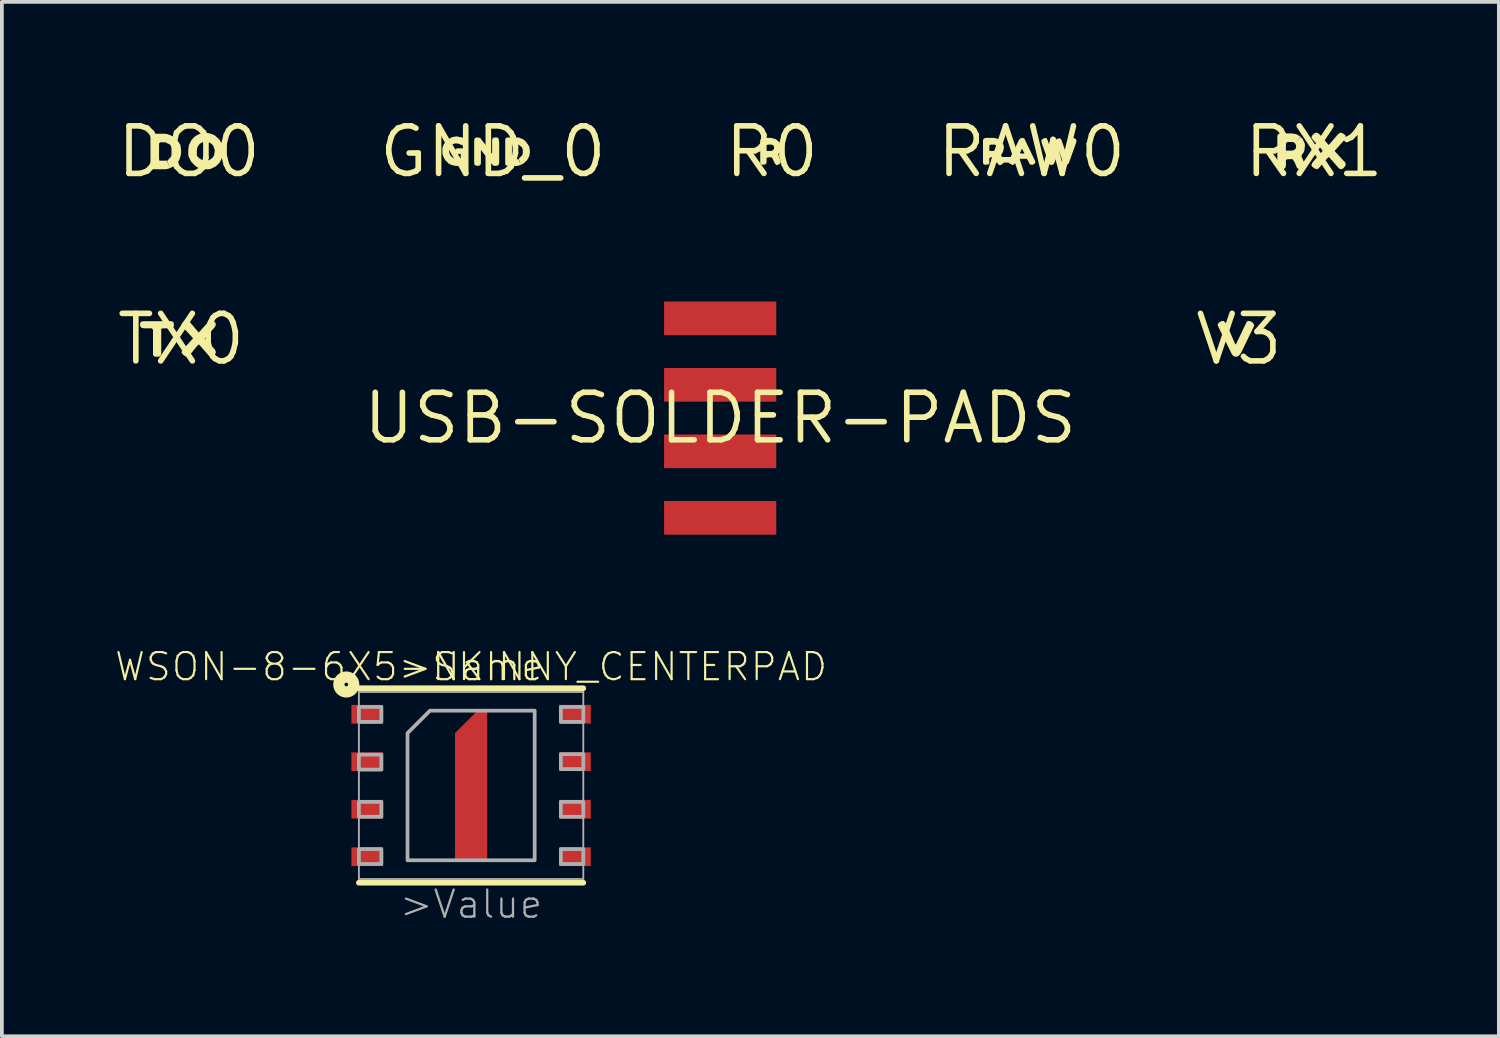
<source format=kicad_pcb>
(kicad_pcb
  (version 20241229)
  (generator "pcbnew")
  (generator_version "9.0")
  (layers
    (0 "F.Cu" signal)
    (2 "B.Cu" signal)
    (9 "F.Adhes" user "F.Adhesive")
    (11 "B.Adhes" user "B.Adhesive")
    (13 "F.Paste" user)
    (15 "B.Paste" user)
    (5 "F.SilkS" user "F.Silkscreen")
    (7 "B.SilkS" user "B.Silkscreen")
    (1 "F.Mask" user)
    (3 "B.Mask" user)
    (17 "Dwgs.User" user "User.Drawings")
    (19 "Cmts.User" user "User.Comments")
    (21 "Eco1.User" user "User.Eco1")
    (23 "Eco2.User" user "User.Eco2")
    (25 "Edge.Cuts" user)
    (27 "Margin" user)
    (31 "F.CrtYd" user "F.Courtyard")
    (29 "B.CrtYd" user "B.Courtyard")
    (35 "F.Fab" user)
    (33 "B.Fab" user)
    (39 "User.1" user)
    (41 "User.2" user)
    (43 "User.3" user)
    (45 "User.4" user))
  (footprint "USB-SOLDER-PADS"
    (layer "F.Cu")
    (at 16.206 8.129)
    (property "Reference" "USB-SOLDER-PADS" (at 0 0 0) (layer "F.SilkS") (effects (font (size 1.27 1.27) (thickness 0.15))))
    (attr through_hole)
    (pad "D+" smd rect (at 0 0.889) (size 3 0.9) (layers "F.Cu" "F.Mask"))
    (pad "D-" smd rect (at 0 -0.889) (size 3 0.9) (layers "F.Cu" "F.Mask"))
    (pad "GND" smd rect (at 0 2.667) (size 3 0.9) (layers "F.Cu" "F.Mask"))
    (pad "VBUS" smd rect (at 0 -2.667) (size 3 0.9) (layers "F.Cu" "F.Mask")))
  (footprint "RAW0"
    (layer "F.Cu")
    (at 24.533 1.006)
    (property "Reference" "RAW0" (at 0 0 0) (layer "F.SilkS") (effects (font (size 1.27 1.27) (thickness 0.15))))
    (attr through_hole)
    (fp_poly (pts (xy -0.19 -0.35) (xy -0.24 -0.37) (xy -0.29 -0.36) (xy -0.33 -0.33) (xy -0.35 -0.29) (xy -0.6 0.22) (xy -0.61 0.27) (xy -0.6 0.31) (xy -0.54 0.34) (xy -0.5 0.36) (xy -0.46 0.33) (xy -0.39 0.19) (xy -0.13 0.19) (xy -0.19 0.05) (xy -0.29 0.05) (xy -0.31 0.03) (xy -0.26 -0.07) (xy -0.26 -0.09) (xy -0.19 0.05) (xy -0.13 0.19) (xy -0.1 0.23) (xy -0.06 0.32) (xy -0.02 0.35) (xy 0.03 0.35) (xy 0.08 0.32) (xy 0.1 0.28) (xy 0.09 0.24) (xy -0.18 -0.32)) (stroke (width 0) (type solid)) (fill yes) (layer "F.SilkS"))
    (fp_poly (pts (xy 1.14 -0.36) (xy 1.09 -0.37) (xy 1.04 -0.34) (xy 0.93 0) (xy 0.91 0.01) (xy 0.81 -0.28) (xy 0.79 -0.33) (xy 0.75 -0.36) (xy 0.7 -0.35) (xy 0.66 -0.33) (xy 0.64 -0.28) (xy 0.54 0.01) (xy 0.53 -0.01) (xy 0.43 -0.3) (xy 0.41 -0.35) (xy 0.37 -0.37) (xy 0.31 -0.35) (xy 0.27 -0.32) (xy 0.26 -0.29) (xy 0.27 -0.23) (xy 0.46 0.3) (xy 0.48 0.34) (xy 0.53 0.36) (xy 0.58 0.34) (xy 0.61 0.3) (xy 0.67 0.13) (xy 0.73 -0.03) (xy 0.83 0.26) (xy 0.84 0.31) (xy 0.88 0.35) (xy 0.93 0.35) (xy 0.98 0.33) (xy 1 0.29) (xy 1.19 -0.24) (xy 1.2 -0.29) (xy 1.19 -0.33)) (stroke (width 0) (type solid)) (fill yes) (layer "F.SilkS"))
    (fp_poly (pts (xy -0.77 0.2) (xy -0.81 0.1) (xy -0.81 0.07) (xy -0.78 0.03) (xy -0.76 -0.02) (xy -0.75 -0.06) (xy -0.74 -0.12) (xy -0.75 -0.17) (xy -0.77 -0.22) (xy -0.8 -0.26) (xy -0.83 -0.3) (xy -0.95 -0.17) (xy -0.92 -0.13) (xy -0.92 -0.08) (xy -0.95 -0.04) (xy -1 -0.02) (xy -1.1 -0.02) (xy -1.13 -0.02) (xy -1.13 -0.17) (xy -1.09 -0.19) (xy -1.04 -0.19) (xy -0.99 -0.19) (xy -0.95 -0.17) (xy -0.83 -0.3) (xy -0.88 -0.33) (xy -0.92 -0.35) (xy -0.97 -0.36) (xy -1.02 -0.37) (xy -1.23 -0.37) (xy -1.28 -0.35) (xy -1.3 -0.31) (xy -1.3 -0.26) (xy -1.3 0.25) (xy -1.3 0.3) (xy -1.28 0.34) (xy -1.23 0.35) (xy -1.16 0.34) (xy -1.13 0.32) (xy -1.13 0.27) (xy -1.13 0.17) (xy -1.09 0.15) (xy -0.99 0.15) (xy -0.95 0.21) (xy -0.9 0.33) (xy -0.86 0.36) (xy -0.81 0.35) (xy -0.76 0.31) (xy -0.74 0.28) (xy -0.75 0.23)) (stroke (width 0) (type solid)) (fill yes) (layer "F.SilkS")))
  (footprint "RX1"
    (layer "F.Cu")
    (at 32.083 1.006)
    (property "Reference" "RX1" (at 0 0 0) (layer "F.SilkS") (effects (font (size 1.27 1.27) (thickness 0.15))))
    (attr through_hole)
    (fp_poly (pts (xy 0.55 -0.02) (xy 0.82 -0.32) (xy 0.85 -0.38) (xy 0.84 -0.44) (xy 0.77 -0.49) (xy 0.72 -0.51) (xy 0.67 -0.49) (xy 0.61 -0.43) (xy 0.44 -0.23) (xy 0.39 -0.18) (xy 0.17 -0.44) (xy 0.12 -0.49) (xy 0.06 -0.51) (xy 0.01 -0.49) (xy -0.05 -0.43) (xy -0.07 -0.38) (xy -0.03 -0.32) (xy 0.2 -0.07) (xy 0.23 -0.02) (xy 0.01 0.23) (xy -0.04 0.29) (xy -0.07 0.35) (xy -0.05 0.4) (xy 0.02 0.45) (xy 0.07 0.47) (xy 0.12 0.45) (xy 0.17 0.39) (xy 0.35 0.18) (xy 0.4 0.14) (xy 0.67 0.45) (xy 0.72 0.47) (xy 0.78 0.45) (xy 0.83 0.39) (xy 0.85 0.34) (xy 0.83 0.28) (xy 0.78 0.23)) (stroke (width 0) (type solid)) (fill yes) (layer "F.SilkS"))
    (fp_poly (pts (xy -0.27 0.27) (xy -0.33 0.14) (xy -0.33 0.09) (xy -0.29 0.04) (xy -0.26 -0.02) (xy -0.25 -0.09) (xy -0.24 -0.16) (xy -0.25 -0.23) (xy -0.28 -0.29) (xy -0.31 -0.35) (xy -0.36 -0.39) (xy -0.51 -0.23) (xy -0.48 -0.17) (xy -0.48 -0.1) (xy -0.52 -0.05) (xy -0.58 -0.03) (xy -0.72 -0.03) (xy -0.75 -0.03) (xy -0.75 -0.23) (xy -0.71 -0.26) (xy -0.64 -0.26) (xy -0.57 -0.26) (xy -0.51 -0.23) (xy -0.36 -0.4) (xy -0.42 -0.44) (xy -0.48 -0.47) (xy -0.54 -0.48) (xy -0.61 -0.49) (xy -0.89 -0.49) (xy -0.96 -0.47) (xy -0.98 -0.42) (xy -0.98 -0.35) (xy -0.98 0.33) (xy -0.98 0.4) (xy -0.96 0.45) (xy -0.89 0.47) (xy -0.8 0.46) (xy -0.76 0.42) (xy -0.75 0.36) (xy -0.75 0.22) (xy -0.7 0.2) (xy -0.57 0.2) (xy -0.52 0.28) (xy -0.45 0.44) (xy -0.39 0.47) (xy -0.33 0.46) (xy -0.26 0.42) (xy -0.24 0.37) (xy -0.26 0.3)) (stroke (width 0) (type solid)) (fill yes) (layer "F.SilkS")))
  (footprint "DO0"
    (layer "F.Cu")
    (at 2.003 1.006)
    (property "Reference" "DO0" (at 0 0 0) (layer "F.SilkS") (effects (font (size 1.27 1.27) (thickness 0.15))))
    (attr through_hole)
    (fp_poly (pts (xy -0.97 -0.48) (xy -1.02 -0.45) (xy -1.03 -0.39) (xy -1.03 0.36) (xy -1.02 0.43) (xy -0.99 0.46) (xy -0.91 0.47) (xy -0.71 0.47) (xy -0.64 0.47) (xy -0.57 0.46) (xy -0.51 0.44) (xy -0.59 0.24) (xy -0.79 0.24) (xy -0.8 0.19) (xy -0.8 -0.22) (xy -0.77 -0.25) (xy -0.7 -0.25) (xy -0.63 -0.25) (xy -0.57 -0.22) (xy -0.51 -0.19) (xy -0.47 -0.13) (xy -0.45 -0.07) (xy -0.44 0) (xy -0.45 0.06) (xy -0.47 0.12) (xy -0.52 0.18) (xy -0.56 0.22) (xy -0.58 0.24) (xy -0.51 0.44) (xy -0.45 0.41) (xy -0.39 0.38) (xy -0.34 0.33) (xy -0.3 0.28) (xy -0.26 0.22) (xy -0.24 0.16) (xy -0.22 0.1) (xy -0.21 0.03) (xy -0.21 -0.04) (xy -0.22 -0.11) (xy -0.23 -0.18) (xy -0.26 -0.23) (xy -0.3 -0.29) (xy -0.35 -0.34) (xy -0.4 -0.39) (xy -0.46 -0.42) (xy -0.52 -0.45) (xy -0.58 -0.47) (xy -0.65 -0.48) (xy -0.92 -0.48)) (stroke (width 0) (type solid)) (fill yes) (layer "F.SilkS"))
    (fp_poly (pts (xy 0.4 -0.5) (xy 0.33 -0.49) (xy 0.27 -0.47) (xy 0.21 -0.44) (xy 0.15 -0.4) (xy 0.1 -0.35) (xy 0.06 -0.3) (xy 0.03 -0.24) (xy 0 -0.18) (xy -0.01 -0.12) (xy -0.02 -0.05) (xy -0.02 0.02) (xy -0.02 0.09) (xy 0 0.15) (xy 0.03 0.21) (xy 0.21 0.1) (xy 0.21 -0.04) (xy 0.22 -0.1) (xy 0.25 -0.16) (xy 0.29 -0.21) (xy 0.35 -0.25) (xy 0.41 -0.27) (xy 0.48 -0.27) (xy 0.54 -0.25) (xy 0.6 -0.21) (xy 0.65 -0.16) (xy 0.67 -0.1) (xy 0.69 -0.04) (xy 0.68 0.04) (xy 0.67 0.1) (xy 0.63 0.16) (xy 0.58 0.2) (xy 0.52 0.23) (xy 0.45 0.24) (xy 0.39 0.24) (xy 0.33 0.21) (xy 0.27 0.17) (xy 0.22 0.12) (xy 0.21 0.1) (xy 0.03 0.21) (xy 0.06 0.27) (xy 0.11 0.32) (xy 0.16 0.37) (xy 0.21 0.41) (xy 0.27 0.44) (xy 0.33 0.46) (xy 0.4 0.47) (xy 0.47 0.47) (xy 0.54 0.47) (xy 0.6 0.45) (xy 0.66 0.42) (xy 0.72 0.39) (xy 0.77 0.34) (xy 0.82 0.29) (xy 0.85 0.23) (xy 0.88 0.17) (xy 0.9 0.11) (xy 0.91 0.04) (xy 0.92 -0.03) (xy 0.91 -0.1) (xy 0.9 -0.16) (xy 0.87 -0.22) (xy 0.84 -0.28) (xy 0.8 -0.34) (xy 0.75 -0.38) (xy 0.7 -0.43) (xy 0.64 -0.46) (xy 0.58 -0.48) (xy 0.51 -0.5) (xy 0.44 -0.5)) (stroke (width 0) (type solid)) (fill yes) (layer "F.SilkS")))
  (footprint "R0"
    (layer "F.Cu")
    (at 17.587 1.006)
    (property "Reference" "R0" (at 0 0 0) (layer "F.SilkS") (effects (font (size 1.27 1.27) (thickness 0.15))))
    (attr through_hole)
    (fp_poly (pts (xy 0.22 0.2) (xy 0.18 0.1) (xy 0.17 0.07) (xy 0.2 0.03) (xy 0.22 -0.02) (xy 0.24 -0.06) (xy 0.24 -0.12) (xy 0.23 -0.17) (xy 0.21 -0.22) (xy 0.19 -0.26) (xy 0.15 -0.3) (xy 0.04 -0.17) (xy 0.06 -0.13) (xy 0.06 -0.08) (xy 0.03 -0.04) (xy -0.01 -0.02) (xy -0.12 -0.02) (xy -0.14 -0.02) (xy -0.14 -0.17) (xy -0.11 -0.19) (xy -0.06 -0.19) (xy -0.01 -0.19) (xy 0.04 -0.17) (xy 0.15 -0.3) (xy 0.11 -0.33) (xy 0.06 -0.35) (xy 0.01 -0.36) (xy -0.03 -0.37) (xy -0.24 -0.37) (xy -0.29 -0.35) (xy -0.31 -0.31) (xy -0.31 -0.26) (xy -0.31 0.25) (xy -0.31 0.3) (xy -0.3 0.34) (xy -0.24 0.35) (xy -0.18 0.34) (xy -0.15 0.32) (xy -0.14 0.27) (xy -0.14 0.17) (xy -0.1 0.15) (xy 0 0.15) (xy 0.03 0.21) (xy 0.09 0.33) (xy 0.13 0.36) (xy 0.17 0.35) (xy 0.23 0.31) (xy 0.24 0.28) (xy 0.23 0.23)) (stroke (width 0) (type solid)) (fill yes) (layer "F.SilkS")))
  (footprint "TX0"
    (layer "F.Cu")
    (at 1.791 6.019)
    (property "Reference" "TX0" (at 0 0 0) (layer "F.SilkS") (effects (font (size 1.27 1.27) (thickness 0.15))))
    (attr through_hole)
    (fp_poly (pts (xy -1 -0.48) (xy -1.07 -0.47) (xy -1.1 -0.41) (xy -1.09 -0.34) (xy -1.05 -0.3) (xy -0.98 -0.29) (xy -0.78 -0.29) (xy -0.75 -0.25) (xy -0.75 0.37) (xy -0.75 0.43) (xy -0.7 0.47) (xy -0.62 0.47) (xy -0.56 0.46) (xy -0.53 0.4) (xy -0.53 0.33) (xy -0.53 -0.28) (xy -0.47 -0.29) (xy -0.26 -0.29) (xy -0.2 -0.32) (xy -0.19 -0.38) (xy -0.2 -0.45) (xy -0.25 -0.48) (xy -0.32 -0.48)) (stroke (width 0) (type solid)) (fill yes) (layer "F.SilkS"))
    (fp_poly (pts (xy 0.63 -0.02) (xy 0.9 -0.32) (xy 0.93 -0.38) (xy 0.92 -0.44) (xy 0.86 -0.49) (xy 0.8 -0.51) (xy 0.75 -0.49) (xy 0.7 -0.43) (xy 0.52 -0.23) (xy 0.47 -0.18) (xy 0.25 -0.44) (xy 0.2 -0.49) (xy 0.15 -0.51) (xy 0.09 -0.49) (xy 0.03 -0.43) (xy 0.01 -0.38) (xy 0.05 -0.32) (xy 0.28 -0.07) (xy 0.32 -0.02) (xy 0.09 0.23) (xy 0.04 0.29) (xy 0.01 0.35) (xy 0.04 0.4) (xy 0.1 0.45) (xy 0.15 0.47) (xy 0.2 0.45) (xy 0.26 0.39) (xy 0.43 0.18) (xy 0.48 0.14) (xy 0.75 0.45) (xy 0.8 0.47) (xy 0.86 0.45) (xy 0.92 0.39) (xy 0.93 0.34) (xy 0.91 0.28) (xy 0.86 0.23)) (stroke (width 0) (type solid)) (fill yes) (layer "F.SilkS")))
  (footprint "GND_0"
    (layer "F.Cu")
    (at 10.128 1.006)
    (property "Reference" "GND_0" (at 0 0 0) (layer "F.SilkS") (effects (font (size 1.27 1.27) (thickness 0.15))))
    (attr through_hole)
    (fp_poly (pts (xy 0 -0.37) (xy -0.02 -0.32) (xy -0.02 -0.26) (xy -0.02 0.06) (xy -0.14 -0.11) (xy -0.31 -0.33) (xy -0.34 -0.37) (xy -0.4 -0.38) (xy -0.45 -0.38) (xy -0.49 -0.35) (xy -0.5 -0.3) (xy -0.5 0.3) (xy -0.49 0.35) (xy -0.46 0.37) (xy -0.39 0.38) (xy -0.34 0.36) (xy -0.32 0.32) (xy -0.32 -0.01) (xy -0.32 -0.05) (xy -0.03 0.33) (xy 0.01 0.37) (xy 0.06 0.38) (xy 0.13 0.37) (xy 0.16 0.34) (xy 0.17 0.29) (xy 0.17 -0.25) (xy 0.16 -0.31) (xy 0.15 -0.36) (xy 0.11 -0.38) (xy 0.05 -0.38)) (stroke (width 0) (type solid)) (fill yes) (layer "F.SilkS"))
    (fp_poly (pts (xy 0.38 -0.38) (xy 0.34 -0.36) (xy 0.33 -0.32) (xy 0.33 0.28) (xy 0.33 0.34) (xy 0.36 0.37) (xy 0.42 0.38) (xy 0.64 0.38) (xy 0.7 0.37) (xy 0.75 0.35) (xy 0.68 0.2) (xy 0.52 0.2) (xy 0.51 0.15) (xy 0.51 -0.17) (xy 0.54 -0.2) (xy 0.59 -0.2) (xy 0.65 -0.2) (xy 0.7 -0.18) (xy 0.74 -0.15) (xy 0.78 -0.11) (xy 0.8 -0.06) (xy 0.8 0) (xy 0.8 0.05) (xy 0.78 0.1) (xy 0.74 0.14) (xy 0.7 0.18) (xy 0.69 0.19) (xy 0.75 0.35) (xy 0.79 0.33) (xy 0.84 0.3) (xy 0.88 0.26) (xy 0.92 0.22) (xy 0.94 0.18) (xy 0.97 0.13) (xy 0.98 0.08) (xy 0.99 0.02) (xy 0.99 -0.03) (xy 0.98 -0.09) (xy 0.97 -0.14) (xy 0.94 -0.19) (xy 0.91 -0.23) (xy 0.88 -0.27) (xy 0.84 -0.31) (xy 0.79 -0.34) (xy 0.74 -0.36) (xy 0.69 -0.38) (xy 0.64 -0.38) (xy 0.42 -0.38)) (stroke (width 0) (type solid)) (fill yes) (layer "F.SilkS"))
    (fp_poly (pts (xy -0.94 -0.09) (xy -0.99 -0.08) (xy -1.01 -0.03) (xy -1.01 0.02) (xy -0.98 0.06) (xy -0.86 0.06) (xy -0.86 0.17) (xy -0.91 0.19) (xy -0.96 0.2) (xy -1.02 0.19) (xy -1.06 0.17) (xy -1.11 0.13) (xy -1.14 0.09) (xy -1.16 0.04) (xy -1.17 -0.02) (xy -1.16 -0.08) (xy -1.14 -0.12) (xy -1.11 -0.17) (xy -1.07 -0.2) (xy -1.02 -0.22) (xy -0.96 -0.22) (xy -0.91 -0.21) (xy -0.81 -0.17) (xy -0.77 -0.18) (xy -0.72 -0.22) (xy -0.7 -0.27) (xy -0.72 -0.32) (xy -0.77 -0.35) (xy -0.82 -0.38) (xy -0.87 -0.39) (xy -0.92 -0.4) (xy -0.97 -0.41) (xy -1.03 -0.4) (xy -1.08 -0.39) (xy -1.13 -0.37) (xy -1.18 -0.34) (xy -1.22 -0.31) (xy -1.26 -0.27) (xy -1.29 -0.23) (xy -1.32 -0.18) (xy -1.34 -0.13) (xy -1.35 -0.08) (xy -1.35 -0.02) (xy -1.35 0.03) (xy -1.34 0.09) (xy -1.32 0.14) (xy -1.3 0.18) (xy -1.27 0.23) (xy -1.23 0.27) (xy -1.19 0.31) (xy -1.14 0.34) (xy -1.09 0.36) (xy -1.04 0.37) (xy -0.99 0.38) (xy -0.93 0.38) (xy -0.87 0.37) (xy -0.82 0.36) (xy -0.77 0.34) (xy -0.73 0.31) (xy -0.69 0.27) (xy -0.68 0.22) (xy -0.68 0) (xy -0.69 -0.05) (xy -0.72 -0.08) (xy -0.78 -0.09)) (stroke (width 0) (type solid)) (fill yes) (layer "F.SilkS")))
  (footprint "V3"
    (layer "F.Cu")
    (at 30.076 6.019)
    (property "Reference" "V3" (at 0 0 0) (layer "F.SilkS") (effects (font (size 1.27 1.27) (thickness 0.15))))
    (attr through_hole)
    (fp_poly (pts (xy 0.33 -0.47) (xy 0.27 -0.49) (xy 0.21 -0.47) (xy -0.08 0.14) (xy -0.1 0.13) (xy -0.33 -0.4) (xy -0.36 -0.44) (xy -0.41 -0.49) (xy -0.47 -0.48) (xy -0.54 -0.44) (xy -0.57 -0.39) (xy -0.55 -0.33) (xy -0.19 0.4) (xy -0.15 0.45) (xy -0.09 0.47) (xy -0.03 0.46) (xy 0.02 0.42) (xy 0.06 0.36) (xy 0.38 -0.3) (xy 0.41 -0.37) (xy 0.39 -0.42)) (stroke (width 0) (type solid)) (fill yes) (layer "F.SilkS")))
  (footprint "WSON-8-6X5-SKINNY_CENTERPAD"
    (layer "F.Cu")
    (at 9.546 17.952)
    (property "Reference" "WSON-8-6X5-SKINNY_CENTERPAD" (at 0 -3.175 0) (layer "F.SilkS") (effects (font (size 0.724 0.724) (thickness 0.058))))
    (attr through_hole)
    (fp_poly (pts (xy -0.43 -1.4) (xy 0.17 -2) (xy 0.43 -2) (xy 0.43 2) (xy -0.43 2)) (stroke (width 0) (type solid)) (fill yes) (layer "F.Cu"))
    (fp_poly (pts (xy -0.53 -1.475) (xy 0.12 -2.125) (xy 0.53 -2.125) (xy 0.53 2.1) (xy -0.53 2.1)) (stroke (width 0) (type solid)) (fill yes) (layer "F.Mask"))
    (fp_line (start -3 -2.6) (end 3 -2.6) (stroke (width 0.152) (type solid)) (layer "F.SilkS"))
    (fp_line (start -3 2.6) (end 3 2.6) (stroke (width 0.152) (type solid)) (layer "F.SilkS"))
    (fp_circle (center -3.337 -2.7) (end -3.288 -2.7) (stroke (width 0.3) (type solid)) (fill no) (layer "F.SilkS"))
    (fp_poly (pts (xy -0.4 0.4) (xy 0.4 0.4) (xy 0.4 -0.4) (xy -0.4 -0.4)) (stroke (width 0) (type solid)) (fill yes) (layer "F.Paste"))
    (fp_line (start -3 -2.5) (end 3 -2.5) (stroke (width 0.05) (type solid)) (layer "F.Fab"))
    (fp_line (start -3 2.5) (end -3 -2.5) (stroke (width 0.05) (type solid)) (layer "F.Fab"))
    (fp_line (start 3 -2.5) (end 3 2.5) (stroke (width 0.05) (type solid)) (layer "F.Fab"))
    (fp_line (start 3 2.5) (end -3 2.5) (stroke (width 0.05) (type solid)) (layer "F.Fab"))
    (fp_poly (pts (xy -3 -1.7) (xy -2.4 -1.7) (xy -2.4 -2.1) (xy -3 -2.1)) (stroke (width 0.1) (type solid)) (fill no) (layer "F.Fab"))
    (fp_poly (pts (xy -3 -0.425) (xy -2.4 -0.425) (xy -2.4 -0.825) (xy -3 -0.825)) (stroke (width 0.1) (type solid)) (fill no) (layer "F.Fab"))
    (fp_poly (pts (xy -3 0.838) (xy -2.4 0.838) (xy -2.4 0.438) (xy -3 0.438)) (stroke (width 0.1) (type solid)) (fill no) (layer "F.Fab"))
    (fp_poly (pts (xy -3 2.1) (xy -2.4 2.1) (xy -2.4 1.7) (xy -3 1.7)) (stroke (width 0.1) (type solid)) (fill no) (layer "F.Fab"))
    (fp_poly (pts (xy 2.4 -1.7) (xy 3 -1.7) (xy 3 -2.1) (xy 2.4 -2.1)) (stroke (width 0.1) (type solid)) (fill no) (layer "F.Fab"))
    (fp_poly (pts (xy 2.4 -0.438) (xy 3 -0.438) (xy 3 -0.838) (xy 2.4 -0.838)) (stroke (width 0.1) (type solid)) (fill no) (layer "F.Fab"))
    (fp_poly (pts (xy 2.4 0.838) (xy 3 0.838) (xy 3 0.438) (xy 2.4 0.438)) (stroke (width 0.1) (type solid)) (fill no) (layer "F.Fab"))
    (fp_poly (pts (xy 2.4 2.1) (xy 3 2.1) (xy 3 1.7) (xy 2.4 1.7)) (stroke (width 0.1) (type solid)) (fill no) (layer "F.Fab"))
    (fp_poly (pts (xy -1.7 -1.4) (xy -1.1 -2) (xy 1.7 -2) (xy 1.7 2) (xy -1.7 2)) (stroke (width 0.1) (type solid)) (fill no) (layer "F.Fab"))
    (fp_text user ">Name" (at 0 -3.175 0) (layer "F.SilkS") (effects (font (size 0.724 0.724) (thickness 0.061))))
    (fp_text user ">Value" (at 0 3.175 0) (layer "F.Fab") (effects (font (size 0.724 0.724) (thickness 0.061))))
    (pad "1" smd rect (at -2.775 -1.905 90) (size 0.5 0.85) (layers "F.Cu" "F.Mask" "F.Paste"))
    (pad "2" smd rect (at -2.775 -0.635 90) (size 0.5 0.85) (layers "F.Cu" "F.Mask" "F.Paste"))
    (pad "3" smd rect (at -2.775 0.635 90) (size 0.5 0.85) (layers "F.Cu" "F.Mask" "F.Paste"))
    (pad "4" smd rect (at -2.775 1.905 90) (size 0.5 0.85) (layers "F.Cu" "F.Mask" "F.Paste"))
    (pad "5" smd rect (at 2.775 1.905 90) (size 0.5 0.85) (layers "F.Cu" "F.Mask" "F.Paste"))
    (pad "6" smd rect (at 2.775 0.635 90) (size 0.5 0.85) (layers "F.Cu" "F.Mask" "F.Paste"))
    (pad "7" smd rect (at 2.775 -0.635 90) (size 0.5 0.85) (layers "F.Cu" "F.Mask" "F.Paste"))
    (pad "8" smd rect (at 2.775 -1.905 90) (size 0.5 0.85) (layers "F.Cu" "F.Mask" "F.Paste")))
  (gr_rect
    (start -3 -3)
    (end 37.026 24.657)
    (stroke (width 0.1) (type default))
    (fill no)
    (layer "Edge.Cuts")))
</source>
